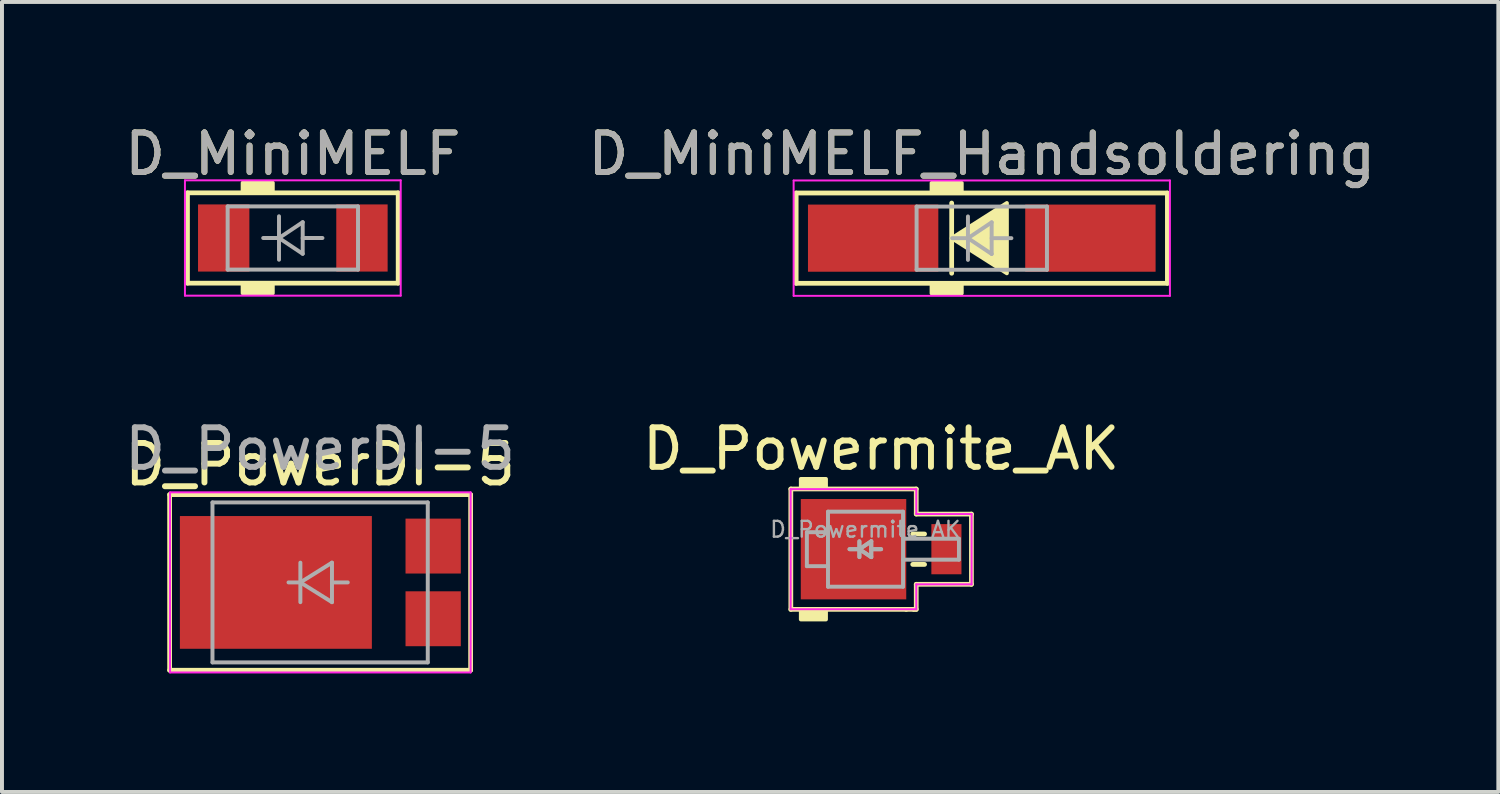
<source format=kicad_pcb>
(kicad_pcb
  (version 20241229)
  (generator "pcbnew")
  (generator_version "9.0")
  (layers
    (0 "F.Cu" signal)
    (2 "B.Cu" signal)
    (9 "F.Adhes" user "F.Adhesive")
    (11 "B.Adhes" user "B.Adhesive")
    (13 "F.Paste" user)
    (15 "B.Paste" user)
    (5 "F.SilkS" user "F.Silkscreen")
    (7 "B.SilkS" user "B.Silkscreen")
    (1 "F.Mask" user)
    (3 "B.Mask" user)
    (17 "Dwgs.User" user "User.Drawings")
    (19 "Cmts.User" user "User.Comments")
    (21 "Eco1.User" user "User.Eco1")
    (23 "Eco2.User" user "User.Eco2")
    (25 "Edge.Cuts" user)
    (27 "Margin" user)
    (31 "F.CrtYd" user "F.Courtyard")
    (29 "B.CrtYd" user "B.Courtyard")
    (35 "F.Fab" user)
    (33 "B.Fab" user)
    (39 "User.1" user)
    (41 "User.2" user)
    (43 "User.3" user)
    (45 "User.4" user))
  (footprint "D_PowerDI-5"
    (layer "F.Cu")
    (at 5.054 11.694)
    (property "Reference" "D_PowerDI-5" (at 0 -2.985 0) (layer "F.SilkS") (effects (font (size 1 1) (thickness 0.15))))
    (attr smd)
    (fp_line (start -3.81 -2.223) (end -3.747 -2.223) (stroke (width 0.12) (type solid)) (layer "F.SilkS"))
    (fp_line (start -3.81 2.223) (end -3.81 -2.223) (stroke (width 0.12) (type solid)) (layer "F.SilkS"))
    (fp_line (start -3.747 -2.223) (end 3.81 -2.223) (stroke (width 0.12) (type solid)) (layer "F.SilkS"))
    (fp_line (start 3.81 -2.223) (end 3.81 2.223) (stroke (width 0.12) (type solid)) (layer "F.SilkS"))
    (fp_line (start 3.81 2.223) (end -3.81 2.223) (stroke (width 0.12) (type solid)) (layer "F.SilkS"))
    (fp_line (start -3.8 -2.28) (end 3.81 -2.28) (stroke (width 0.05) (type solid)) (layer "F.CrtYd"))
    (fp_line (start -3.8 2.28) (end -3.8 -2.28) (stroke (width 0.05) (type solid)) (layer "F.CrtYd"))
    (fp_line (start 3.81 -2.28) (end 3.81 2.28) (stroke (width 0.05) (type solid)) (layer "F.CrtYd"))
    (fp_line (start 3.81 2.28) (end -3.8 2.28) (stroke (width 0.05) (type solid)) (layer "F.CrtYd"))
    (fp_line (start -2.725 -2.025) (end 2.725 -2.025) (stroke (width 0.1) (type solid)) (layer "F.Fab"))
    (fp_line (start -2.725 2.025) (end -2.725 -2.025) (stroke (width 0.1) (type solid)) (layer "F.Fab"))
    (fp_line (start -0.8 0) (end -0.5 0) (stroke (width 0.1) (type solid)) (layer "F.Fab"))
    (fp_line (start -0.5 0) (end -0.5 -0.5) (stroke (width 0.1) (type solid)) (layer "F.Fab"))
    (fp_line (start -0.5 0) (end -0.5 0.5) (stroke (width 0.1) (type solid)) (layer "F.Fab"))
    (fp_line (start -0.5 0) (end 0.3 0.5) (stroke (width 0.1) (type solid)) (layer "F.Fab"))
    (fp_line (start 0.3 -0.5) (end -0.5 0) (stroke (width 0.1) (type solid)) (layer "F.Fab"))
    (fp_line (start 0.3 0) (end 0.7 0) (stroke (width 0.1) (type solid)) (layer "F.Fab"))
    (fp_line (start 0.3 0.5) (end 0.3 -0.5) (stroke (width 0.1) (type solid)) (layer "F.Fab"))
    (fp_line (start 2.725 -2.025) (end 2.725 2.025) (stroke (width 0.1) (type solid)) (layer "F.Fab"))
    (fp_line (start 2.725 2.025) (end -2.725 2.025) (stroke (width 0.1) (type solid)) (layer "F.Fab"))
    (fp_text user "${REFERENCE}" (at 0 -3.381 0) (layer "F.Fab") (effects (font (size 1 1) (thickness 0.15))))
    (pad "1" smd rect (at -1.12 0 180) (size 4.86 3.36) (layers "F.Cu" "F.Mask" "F.Paste"))
    (pad "2" smd rect (at 2.862 -0.92 180) (size 1.4 1.39) (layers "F.Cu" "F.Mask" "F.Paste"))
    (pad "2" smd rect (at 2.862 0.92 180) (size 1.4 1.39) (layers "F.Cu" "F.Mask" "F.Paste")))
  (footprint "D_MiniMELF_Handsoldering"
    (layer "F.Cu")
    (at 21.804 2.979)
    (property "Reference" "D_MiniMELF_Handsoldering" (at 0 -2.131 0) (layer "F.SilkS") (effects (font (size 1 1) (thickness 0.15))))
    (attr smd)
    (fp_line (start -4.699 -1.143) (end -4.699 1.143) (stroke (width 0.12) (type solid)) (layer "F.SilkS"))
    (fp_line (start -4.699 1.143) (end 4.699 1.143) (stroke (width 0.12) (type solid)) (layer "F.SilkS"))
    (fp_line (start -0.762 -0.889) (end -0.762 0.889) (stroke (width 0.12) (type solid)) (layer "F.SilkS"))
    (fp_line (start 4.699 -1.143) (end -4.699 -1.143) (stroke (width 0.12) (type solid)) (layer "F.SilkS"))
    (fp_line (start 4.699 1.143) (end 4.699 -1.143) (stroke (width 0.12) (type solid)) (layer "F.SilkS"))
    (fp_poly (pts (xy 0.635 0.889) (xy -0.762 0) (xy 0.635 -0.889)) (stroke (width 0.1) (type solid)) (fill yes) (layer "F.SilkS"))
    (fp_poly (pts (xy -0.508 -1.143) (xy -1.27 -1.143) (xy -1.27 -1.397) (xy -0.508 -1.397)) (stroke (width 0.1) (type solid)) (fill yes) (layer "F.SilkS"))
    (fp_poly (pts (xy -0.508 1.397) (xy -1.27 1.397) (xy -1.27 1.143) (xy -0.508 1.143)) (stroke (width 0.1) (type solid)) (fill yes) (layer "F.SilkS"))
    (fp_line (start -4.763 -1.46) (end 4.763 -1.46) (stroke (width 0.05) (type solid)) (layer "F.CrtYd"))
    (fp_line (start -4.763 1.46) (end -4.763 -1.46) (stroke (width 0.05) (type solid)) (layer "F.CrtYd"))
    (fp_line (start 4.763 -1.46) (end 4.763 1.46) (stroke (width 0.05) (type solid)) (layer "F.CrtYd"))
    (fp_line (start 4.763 1.46) (end -4.763 1.46) (stroke (width 0.05) (type solid)) (layer "F.CrtYd"))
    (fp_line (start -1.65 -0.8) (end 1.65 -0.8) (stroke (width 0.1) (type solid)) (layer "F.Fab"))
    (fp_line (start -1.65 0.8) (end -1.65 -0.8) (stroke (width 0.1) (type solid)) (layer "F.Fab"))
    (fp_line (start -0.75 0) (end -0.35 0) (stroke (width 0.1) (type solid)) (layer "F.Fab"))
    (fp_line (start -0.35 0) (end -0.35 -0.55) (stroke (width 0.1) (type solid)) (layer "F.Fab"))
    (fp_line (start -0.35 0) (end -0.35 0.55) (stroke (width 0.1) (type solid)) (layer "F.Fab"))
    (fp_line (start -0.35 0) (end 0.25 -0.4) (stroke (width 0.1) (type solid)) (layer "F.Fab"))
    (fp_line (start 0.25 -0.4) (end 0.25 0.4) (stroke (width 0.1) (type solid)) (layer "F.Fab"))
    (fp_line (start 0.25 0) (end 0.75 0) (stroke (width 0.1) (type solid)) (layer "F.Fab"))
    (fp_line (start 0.25 0.4) (end -0.35 0) (stroke (width 0.1) (type solid)) (layer "F.Fab"))
    (fp_line (start 1.65 -0.8) (end 1.65 0.8) (stroke (width 0.1) (type solid)) (layer "F.Fab"))
    (fp_line (start 1.65 0.8) (end -1.65 0.8) (stroke (width 0.1) (type solid)) (layer "F.Fab"))
    (fp_text user "${REFERENCE}" (at 0 -2.131 0) (layer "F.Fab") (effects (font (size 1 1) (thickness 0.15))))
    (pad "1" smd rect (at -2.75 0) (size 3.3 1.7) (layers "F.Cu" "F.Mask" "F.Paste"))
    (pad "2" smd rect (at 2.75 0) (size 3.3 1.7) (layers "F.Cu" "F.Mask" "F.Paste")))
  (footprint "D_Powermite_AK"
    (layer "F.Cu")
    (at 19.256 10.853)
    (property "Reference" "D_Powermite_AK" (at 0 -2.54 0) (layer "F.SilkS") (effects (font (size 1 1) (thickness 0.15))))
    (attr smd)
    (fp_line (start -2.286 -1.524) (end -2.286 1.524) (stroke (width 0.12) (type solid)) (layer "F.SilkS"))
    (fp_line (start -2.286 -1.524) (end 0.889 -1.524) (stroke (width 0.12) (type solid)) (layer "F.SilkS"))
    (fp_line (start -2.286 1.524) (end -2.032 1.524) (stroke (width 0.12) (type solid)) (layer "F.SilkS"))
    (fp_line (start -2.032 1.524) (end 0.635 1.524) (stroke (width 0.12) (type solid)) (layer "F.SilkS"))
    (fp_line (start 0.635 1.524) (end 0.826 1.524) (stroke (width 0.12) (type solid)) (layer "F.SilkS"))
    (fp_line (start 0.826 1.524) (end 0.889 1.524) (stroke (width 0.12) (type solid)) (layer "F.SilkS"))
    (fp_line (start 0.889 -0.889) (end 0.889 -1.524) (stroke (width 0.12) (type solid)) (layer "F.SilkS"))
    (fp_line (start 0.889 0.889) (end 2.286 0.889) (stroke (width 0.12) (type solid)) (layer "F.SilkS"))
    (fp_line (start 0.889 1.524) (end 0.889 0.889) (stroke (width 0.12) (type solid)) (layer "F.SilkS"))
    (fp_line (start 1.1 -0.385) (end 0.8 -0.385) (stroke (width 0.12) (type solid)) (layer "F.SilkS"))
    (fp_line (start 1.1 0.385) (end 0.8 0.385) (stroke (width 0.12) (type solid)) (layer "F.SilkS"))
    (fp_line (start 2.286 -0.889) (end 0.889 -0.889) (stroke (width 0.12) (type solid)) (layer "F.SilkS"))
    (fp_line (start 2.286 0.889) (end 2.286 -0.889) (stroke (width 0.12) (type solid)) (layer "F.SilkS"))
    (fp_poly (pts (xy -1.397 -1.524) (xy -2.032 -1.524) (xy -2.032 -1.778) (xy -1.397 -1.778)) (stroke (width 0.1) (type solid)) (fill yes) (layer "F.SilkS"))
    (fp_poly (pts (xy -1.397 1.778) (xy -2.032 1.778) (xy -2.032 1.524) (xy -1.397 1.524)) (stroke (width 0.1) (type solid)) (fill yes) (layer "F.SilkS"))
    (fp_line (start -2.29 -1.52) (end -2.29 1.52) (stroke (width 0.05) (type solid)) (layer "F.CrtYd"))
    (fp_line (start -2.29 1.52) (end 0.89 1.52) (stroke (width 0.05) (type solid)) (layer "F.CrtYd"))
    (fp_line (start 0.89 -1.52) (end -2.29 -1.52) (stroke (width 0.05) (type solid)) (layer "F.CrtYd"))
    (fp_line (start 0.89 -0.89) (end 0.89 -1.52) (stroke (width 0.05) (type solid)) (layer "F.CrtYd"))
    (fp_line (start 0.89 0.89) (end 2.29 0.89) (stroke (width 0.05) (type solid)) (layer "F.CrtYd"))
    (fp_line (start 0.89 1.52) (end 0.89 0.89) (stroke (width 0.05) (type solid)) (layer "F.CrtYd"))
    (fp_line (start 2.29 -0.89) (end 0.89 -0.89) (stroke (width 0.05) (type solid)) (layer "F.CrtYd"))
    (fp_line (start 2.29 0.89) (end 2.29 -0.89) (stroke (width 0.05) (type solid)) (layer "F.CrtYd"))
    (fp_line (start -1.88 -0.43) (end -1.345 -0.43) (stroke (width 0.1) (type solid)) (layer "F.Fab"))
    (fp_line (start -1.88 0.43) (end -1.88 -0.43) (stroke (width 0.1) (type solid)) (layer "F.Fab"))
    (fp_line (start -1.345 -0.95) (end -1.345 0.95) (stroke (width 0.1) (type solid)) (layer "F.Fab"))
    (fp_line (start -1.345 0.43) (end -1.88 0.43) (stroke (width 0.1) (type solid)) (layer "F.Fab"))
    (fp_line (start -1.345 0.95) (end 0.555 0.95) (stroke (width 0.1) (type solid)) (layer "F.Fab"))
    (fp_line (start -0.55 0) (end -0.8 0) (stroke (width 0.1) (type solid)) (layer "F.Fab"))
    (fp_line (start -0.55 0) (end -0.8 0) (stroke (width 0.1) (type solid)) (layer "F.Fab"))
    (fp_line (start -0.55 0) (end -0.25 0.2) (stroke (width 0.1) (type solid)) (layer "F.Fab"))
    (fp_line (start -0.55 0) (end -0.25 0.2) (stroke (width 0.1) (type solid)) (layer "F.Fab"))
    (fp_line (start -0.55 0.2) (end -0.55 -0.2) (stroke (width 0.1) (type solid)) (layer "F.Fab"))
    (fp_line (start -0.55 0.2) (end -0.55 -0.2) (stroke (width 0.1) (type solid)) (layer "F.Fab"))
    (fp_line (start -0.25 -0.2) (end -0.55 0) (stroke (width 0.1) (type solid)) (layer "F.Fab"))
    (fp_line (start -0.25 -0.2) (end -0.55 0) (stroke (width 0.1) (type solid)) (layer "F.Fab"))
    (fp_line (start -0.25 0) (end 0 0) (stroke (width 0.1) (type solid)) (layer "F.Fab"))
    (fp_line (start -0.25 0) (end 0 0) (stroke (width 0.1) (type solid)) (layer "F.Fab"))
    (fp_line (start -0.25 0.2) (end -0.25 -0.2) (stroke (width 0.1) (type solid)) (layer "F.Fab"))
    (fp_line (start -0.25 0.2) (end -0.25 -0.2) (stroke (width 0.1) (type solid)) (layer "F.Fab"))
    (fp_line (start 0.555 -0.95) (end -1.345 -0.95) (stroke (width 0.1) (type solid)) (layer "F.Fab"))
    (fp_line (start 0.555 0.95) (end 0.555 -0.95) (stroke (width 0.1) (type solid)) (layer "F.Fab"))
    (fp_line (start 1.97 -0.265) (end 0.555 -0.265) (stroke (width 0.1) (type solid)) (layer "F.Fab"))
    (fp_line (start 1.97 0.265) (end 0.555 0.265) (stroke (width 0.1) (type solid)) (layer "F.Fab"))
    (fp_line (start 1.97 0.265) (end 1.97 -0.265) (stroke (width 0.1) (type solid)) (layer "F.Fab"))
    (fp_text user "${REFERENCE}" (at -0.4 -0.5 0) (layer "F.Fab") (effects (font (size 0.4 0.4) (thickness 0.06))))
    (pad "1" smd rect (at -0.699 0) (size 2.67 2.54) (layers "F.Cu" "F.Mask" "F.Paste"))
    (pad "2" smd rect (at 1.653 0) (size 0.762 1.27) (layers "F.Cu" "F.Mask" "F.Paste")))
  (footprint "D_MiniMELF"
    (layer "F.Cu")
    (at 4.363 2.975)
    (property "Reference" "D_MiniMELF" (at 0 -2.127 0) (layer "F.SilkS") (effects (font (size 1 1) (thickness 0.15))))
    (attr smd)
    (fp_line (start -2.667 -1.143) (end -2.667 1.143) (stroke (width 0.12) (type solid)) (layer "F.SilkS"))
    (fp_line (start -2.667 1.143) (end 2.667 1.143) (stroke (width 0.12) (type solid)) (layer "F.SilkS"))
    (fp_line (start 2.667 -1.143) (end -2.667 -1.143) (stroke (width 0.12) (type solid)) (layer "F.SilkS"))
    (fp_line (start 2.667 1.143) (end 2.667 -1.143) (stroke (width 0.12) (type solid)) (layer "F.SilkS"))
    (fp_poly (pts (xy -0.508 -1.143) (xy -1.27 -1.143) (xy -1.27 -1.397) (xy -0.508 -1.397)) (stroke (width 0.1) (type solid)) (fill yes) (layer "F.SilkS"))
    (fp_poly (pts (xy -0.508 1.397) (xy -1.27 1.397) (xy -1.27 1.143) (xy -0.508 1.143)) (stroke (width 0.1) (type solid)) (fill yes) (layer "F.SilkS"))
    (fp_line (start -2.731 -1.46) (end 2.731 -1.46) (stroke (width 0.05) (type solid)) (layer "F.CrtYd"))
    (fp_line (start -2.731 1.46) (end -2.731 -1.46) (stroke (width 0.05) (type solid)) (layer "F.CrtYd"))
    (fp_line (start 2.731 -1.46) (end 2.731 1.46) (stroke (width 0.05) (type solid)) (layer "F.CrtYd"))
    (fp_line (start 2.731 1.46) (end -2.731 1.46) (stroke (width 0.05) (type solid)) (layer "F.CrtYd"))
    (fp_line (start -1.65 -0.8) (end 1.65 -0.8) (stroke (width 0.1) (type solid)) (layer "F.Fab"))
    (fp_line (start -1.65 0.8) (end -1.65 -0.8) (stroke (width 0.1) (type solid)) (layer "F.Fab"))
    (fp_line (start -0.75 0) (end -0.35 0) (stroke (width 0.1) (type solid)) (layer "F.Fab"))
    (fp_line (start -0.35 0) (end -0.35 -0.55) (stroke (width 0.1) (type solid)) (layer "F.Fab"))
    (fp_line (start -0.35 0) (end -0.35 0.55) (stroke (width 0.1) (type solid)) (layer "F.Fab"))
    (fp_line (start -0.35 0) (end 0.25 -0.4) (stroke (width 0.1) (type solid)) (layer "F.Fab"))
    (fp_line (start 0.25 -0.4) (end 0.25 0.4) (stroke (width 0.1) (type solid)) (layer "F.Fab"))
    (fp_line (start 0.25 0) (end 0.75 0) (stroke (width 0.1) (type solid)) (layer "F.Fab"))
    (fp_line (start 0.25 0.4) (end -0.35 0) (stroke (width 0.1) (type solid)) (layer "F.Fab"))
    (fp_line (start 1.65 -0.8) (end 1.65 0.8) (stroke (width 0.1) (type solid)) (layer "F.Fab"))
    (fp_line (start 1.65 0.8) (end -1.65 0.8) (stroke (width 0.1) (type solid)) (layer "F.Fab"))
    (fp_text user "${REFERENCE}" (at 0 -2.127 0) (layer "F.Fab") (effects (font (size 1 1) (thickness 0.15))))
    (pad "1" smd rect (at -1.75 0) (size 1.3 1.7) (layers "F.Cu" "F.Mask" "F.Paste"))
    (pad "2" smd rect (at 1.75 0) (size 1.3 1.7) (layers "F.Cu" "F.Mask" "F.Paste")))
  (gr_rect
    (start -3 -3)
    (end 34.881 16.999)
    (stroke (width 0.1) (type default))
    (fill no)
    (layer "Edge.Cuts")))
</source>
